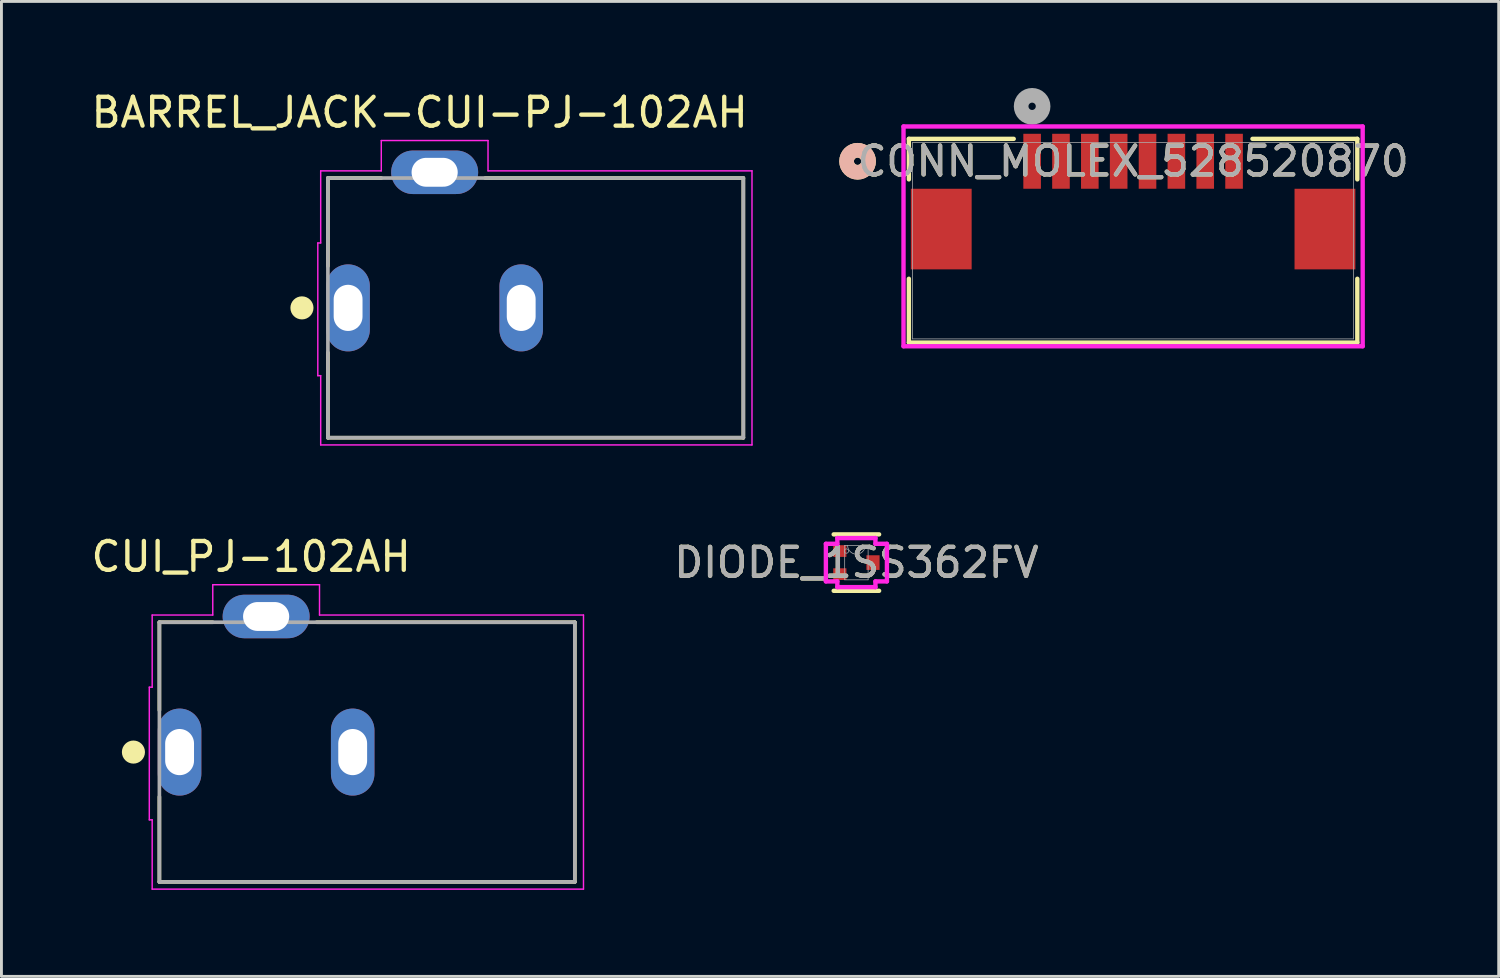
<source format=kicad_pcb>
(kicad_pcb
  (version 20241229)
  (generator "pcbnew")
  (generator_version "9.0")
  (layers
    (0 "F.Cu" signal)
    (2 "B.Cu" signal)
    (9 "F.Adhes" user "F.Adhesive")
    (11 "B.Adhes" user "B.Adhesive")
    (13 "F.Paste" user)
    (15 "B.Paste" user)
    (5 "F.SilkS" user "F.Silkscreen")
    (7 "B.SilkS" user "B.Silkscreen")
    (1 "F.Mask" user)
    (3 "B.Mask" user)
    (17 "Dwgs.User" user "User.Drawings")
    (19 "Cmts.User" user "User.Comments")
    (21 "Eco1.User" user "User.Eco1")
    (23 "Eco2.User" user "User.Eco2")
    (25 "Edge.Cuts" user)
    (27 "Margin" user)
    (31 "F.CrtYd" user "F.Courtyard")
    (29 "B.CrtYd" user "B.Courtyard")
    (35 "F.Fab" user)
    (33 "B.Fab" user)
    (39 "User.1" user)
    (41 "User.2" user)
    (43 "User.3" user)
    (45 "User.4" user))
  (footprint "DIODE_1SS362FV"
    (layer "F.Cu")
    (at 26.635 16.451)
    (property "Reference" "DIODE_1SS362FV" (at 0 0 0) (unlocked yes) (layer "F.SilkS") (effects (font (size 1 1) (thickness 0.15))))
    (attr smd)
    (fp_poly (pts (xy -0.804 -0.603) (xy -0.804 -0.197) (xy -0.346 -0.197) (xy -0.346 -0.603)) (stroke (width 0) (type solid)) (fill yes) (layer "F.Mask"))
    (fp_poly (pts (xy -0.804 -0.203) (xy -0.804 0.203) (xy -0.346 0.203) (xy -0.346 -0.203)) (stroke (width 0) (type solid)) (fill yes) (layer "F.Mask"))
    (fp_poly (pts (xy -0.804 0.197) (xy -0.804 0.603) (xy -0.346 0.603) (xy -0.346 0.197)) (stroke (width 0) (type solid)) (fill yes) (layer "F.Mask"))
    (fp_poly (pts (xy 0.346 -0.603) (xy 0.346 -0.197) (xy 0.804 -0.197) (xy 0.804 -0.603)) (stroke (width 0) (type solid)) (fill yes) (layer "F.Mask"))
    (fp_poly (pts (xy 0.346 -0.203) (xy 0.346 0.203) (xy 0.804 0.203) (xy 0.804 -0.203)) (stroke (width 0) (type solid)) (fill yes) (layer "F.Mask"))
    (fp_poly (pts (xy 0.346 0.197) (xy 0.346 0.603) (xy 0.804 0.603) (xy 0.804 0.197)) (stroke (width 0) (type solid)) (fill yes) (layer "F.Mask"))
    (fp_line (start -0.787 0.978) (end 0.787 0.978) (stroke (width 0.152) (type solid)) (layer "F.SilkS"))
    (fp_line (start 0.787 -0.978) (end -0.787 -0.978) (stroke (width 0.152) (type solid)) (layer "F.SilkS"))
    (fp_poly (pts (xy -0.804 -0.603) (xy -0.804 -0.197) (xy -0.346 -0.197) (xy -0.346 -0.603)) (stroke (width 0) (type solid)) (fill yes) (layer "F.Paste"))
    (fp_poly (pts (xy -0.804 -0.203) (xy -0.804 0.203) (xy -0.346 0.203) (xy -0.346 -0.203)) (stroke (width 0) (type solid)) (fill yes) (layer "F.Paste"))
    (fp_poly (pts (xy -0.804 0.197) (xy -0.804 0.603) (xy -0.346 0.603) (xy -0.346 0.197)) (stroke (width 0) (type solid)) (fill yes) (layer "F.Paste"))
    (fp_poly (pts (xy -0.229 -0.254) (xy -0.229 0.254) (xy 0.229 0.254) (xy 0.229 -0.254)) (stroke (width 0) (type solid)) (fill yes) (layer "F.Paste"))
    (fp_poly (pts (xy 0.346 -0.603) (xy 0.346 -0.197) (xy 0.804 -0.197) (xy 0.804 -0.603)) (stroke (width 0) (type solid)) (fill yes) (layer "F.Paste"))
    (fp_poly (pts (xy 0.346 -0.203) (xy 0.346 0.203) (xy 0.804 0.203) (xy 0.804 -0.203)) (stroke (width 0) (type solid)) (fill yes) (layer "F.Paste"))
    (fp_poly (pts (xy 0.346 0.197) (xy 0.346 0.603) (xy 0.804 0.603) (xy 0.804 0.197)) (stroke (width 0) (type solid)) (fill yes) (layer "F.Paste"))
    (fp_line (start -1.058 -0.651) (end -0.66 -0.651) (stroke (width 0.152) (type solid)) (layer "F.CrtYd"))
    (fp_line (start -1.058 0.651) (end -1.058 -0.651) (stroke (width 0.152) (type solid)) (layer "F.CrtYd"))
    (fp_line (start -1.058 0.651) (end -0.66 0.651) (stroke (width 0.152) (type solid)) (layer "F.CrtYd"))
    (fp_line (start -0.66 -0.851) (end 0.66 -0.851) (stroke (width 0.152) (type solid)) (layer "F.CrtYd"))
    (fp_line (start -0.66 -0.651) (end -0.66 -0.851) (stroke (width 0.152) (type solid)) (layer "F.CrtYd"))
    (fp_line (start -0.66 0.851) (end -0.66 0.651) (stroke (width 0.152) (type solid)) (layer "F.CrtYd"))
    (fp_line (start 0.66 -0.851) (end 0.66 -0.651) (stroke (width 0.152) (type solid)) (layer "F.CrtYd"))
    (fp_line (start 0.66 0.651) (end 0.66 0.851) (stroke (width 0.152) (type solid)) (layer "F.CrtYd"))
    (fp_line (start 0.66 0.851) (end -0.66 0.851) (stroke (width 0.152) (type solid)) (layer "F.CrtYd"))
    (fp_line (start 1.058 -0.651) (end 0.66 -0.651) (stroke (width 0.152) (type solid)) (layer "F.CrtYd"))
    (fp_line (start 1.058 -0.651) (end 1.058 0.651) (stroke (width 0.152) (type solid)) (layer "F.CrtYd"))
    (fp_line (start 1.058 0.651) (end 0.66 0.651) (stroke (width 0.152) (type solid)) (layer "F.CrtYd"))
    (fp_line (start -0.406 -0.597) (end -0.406 0.597) (stroke (width 0.025) (type solid)) (layer "F.Fab"))
    (fp_line (start -0.406 0.597) (end 0.406 0.597) (stroke (width 0.025) (type solid)) (layer "F.Fab"))
    (fp_line (start 0.406 -0.597) (end -0.406 -0.597) (stroke (width 0.025) (type solid)) (layer "F.Fab"))
    (fp_line (start 0.406 0.597) (end 0.406 -0.597) (stroke (width 0.025) (type solid)) (layer "F.Fab"))
    (fp_arc (start 0.3048 -0.5969) (mid 0 -0.2921) (end -0.3048 -0.5969) (stroke (width 0.0254) (type solid)) (layer "F.Fab"))
    (fp_circle (center -0.346 -0.4) (end -0.27 -0.4) (stroke (width 0.025) (type solid)) (fill no) (layer "F.Fab"))
    (fp_text user "${REFERENCE}" (at 0 0 0) (unlocked yes) (layer "F.Fab") (effects (font (size 1 1) (thickness 0.15))))
    (pad "1" smd rect (at -0.575 -0.4) (size 0.457 0.406) (layers "F.Cu" "F.Mask" "F.Paste"))
    (pad "2" smd rect (at -0.575 0.4) (size 0.457 0.406) (layers "F.Cu" "F.Mask" "F.Paste"))
    (pad "3" smd rect (at 0.575 0) (size 0.457 0.508) (layers "F.Cu" "F.Mask")))
  (footprint "BARREL_JACK-CUI-PJ-102AH"
    (layer "F.Cu")
    (at 15.516 7.622)
    (property "Reference" "BARREL_JACK-CUI-PJ-102AH" (at -4.02 -6.773 0) (layer "F.SilkS") (effects (font (size 1.001 1.001) (thickness 0.15))))
    (attr through_hole)
    (fp_line (start -7.2 -4.5) (end -5.35 -4.5) (stroke (width 0.127) (type solid)) (layer "F.SilkS"))
    (fp_line (start -7.2 -1.45) (end -7.2 -4.5) (stroke (width 0.127) (type solid)) (layer "F.SilkS"))
    (fp_line (start -7.2 4.5) (end -7.2 1.55) (stroke (width 0.127) (type solid)) (layer "F.SilkS"))
    (fp_line (start -1.75 -4.5) (end 7.2 -4.5) (stroke (width 0.127) (type solid)) (layer "F.SilkS"))
    (fp_line (start 7.2 -4.5) (end 7.2 4.5) (stroke (width 0.127) (type solid)) (layer "F.SilkS"))
    (fp_line (start 7.2 4.5) (end -7.2 4.5) (stroke (width 0.127) (type solid)) (layer "F.SilkS"))
    (fp_circle (center -8.1 0) (end -7.9 0) (stroke (width 0.4) (type solid)) (fill no) (layer "F.SilkS"))
    (fp_line (start -7.55 -2.25) (end -7.55 2.35) (stroke (width 0.05) (type solid)) (layer "F.CrtYd"))
    (fp_line (start -7.55 2.35) (end -7.45 2.35) (stroke (width 0.05) (type solid)) (layer "F.CrtYd"))
    (fp_line (start -7.45 -4.75) (end -5.35 -4.75) (stroke (width 0.05) (type solid)) (layer "F.CrtYd"))
    (fp_line (start -7.45 -2.25) (end -7.55 -2.25) (stroke (width 0.05) (type solid)) (layer "F.CrtYd"))
    (fp_line (start -7.45 -2.25) (end -7.45 -4.75) (stroke (width 0.05) (type solid)) (layer "F.CrtYd"))
    (fp_line (start -7.45 4.75) (end -7.45 2.35) (stroke (width 0.05) (type solid)) (layer "F.CrtYd"))
    (fp_line (start -5.35 -5.8) (end -1.65 -5.8) (stroke (width 0.05) (type solid)) (layer "F.CrtYd"))
    (fp_line (start -5.35 -4.75) (end -5.35 -5.8) (stroke (width 0.05) (type solid)) (layer "F.CrtYd"))
    (fp_line (start -1.65 -5.8) (end -1.65 -4.75) (stroke (width 0.05) (type solid)) (layer "F.CrtYd"))
    (fp_line (start -1.65 -4.75) (end 7.5 -4.75) (stroke (width 0.05) (type solid)) (layer "F.CrtYd"))
    (fp_line (start 7.5 -4.75) (end 7.5 4.75) (stroke (width 0.05) (type solid)) (layer "F.CrtYd"))
    (fp_line (start 7.5 4.75) (end -7.45 4.75) (stroke (width 0.05) (type solid)) (layer "F.CrtYd"))
    (fp_line (start -7.2 -4.5) (end 7.2 -4.5) (stroke (width 0.127) (type solid)) (layer "F.Fab"))
    (fp_line (start -7.2 4.5) (end -7.2 -4.5) (stroke (width 0.127) (type solid)) (layer "F.Fab"))
    (fp_line (start 7.2 -4.5) (end 7.2 4.5) (stroke (width 0.127) (type solid)) (layer "F.Fab"))
    (fp_line (start 7.2 4.5) (end -7.2 4.5) (stroke (width 0.127) (type solid)) (layer "F.Fab"))
    (pad "1" thru_hole oval (at -6.5 0) (size 1.508 3.016) (drill oval 1 1.6) (layers "*.Cu" "*.Mask"))
    (pad "2" thru_hole oval (at -0.5 0) (size 1.508 3.016) (drill oval 1 1.6) (layers "*.Cu" "*.Mask"))
    (pad "3" thru_hole oval (at -3.5 -4.7) (size 3.016 1.508) (drill oval 1.6 1) (layers "*.Cu" "*.Mask")))
  (footprint "CONN_MOLEX_528520870"
    (layer "F.Cu")
    (at 36.226 5.294)
    (property "Reference" "CONN_MOLEX_528520870" (at 0 -2.754 0) (unlocked yes) (layer "F.SilkS") (effects (font (size 1 1) (thickness 0.15))))
    (attr smd)
    (fp_line (start -7.772 -3.531) (end -7.772 -2.126) (stroke (width 0.152) (type solid)) (layer "F.SilkS"))
    (fp_line (start -7.772 1.319) (end -7.772 3.531) (stroke (width 0.152) (type solid)) (layer "F.SilkS"))
    (fp_line (start -7.772 3.531) (end 7.772 3.531) (stroke (width 0.152) (type solid)) (layer "F.SilkS"))
    (fp_line (start -4.138 -3.531) (end -7.772 -3.531) (stroke (width 0.152) (type solid)) (layer "F.SilkS"))
    (fp_line (start 7.772 -3.531) (end 4.138 -3.531) (stroke (width 0.152) (type solid)) (layer "F.SilkS"))
    (fp_line (start 7.772 -2.126) (end 7.772 -3.531) (stroke (width 0.152) (type solid)) (layer "F.SilkS"))
    (fp_line (start 7.772 3.531) (end 7.772 1.319) (stroke (width 0.152) (type solid)) (layer "F.SilkS"))
    (fp_circle (center -9.55 -2.754) (end -9.169 -2.754) (stroke (width 0.508) (type solid)) (fill no) (layer "F.SilkS"))
    (fp_circle (center -9.55 -2.754) (end -9.169 -2.754) (stroke (width 0.508) (type solid)) (fill no) (layer "B.SilkS"))
    (fp_line (start -7.958 -3.96) (end -7.958 3.658) (stroke (width 0.152) (type solid)) (layer "F.CrtYd"))
    (fp_line (start -7.958 3.658) (end 7.958 3.658) (stroke (width 0.152) (type solid)) (layer "F.CrtYd"))
    (fp_line (start 7.958 -3.96) (end -7.958 -3.96) (stroke (width 0.152) (type solid)) (layer "F.CrtYd"))
    (fp_line (start 7.958 3.658) (end 7.958 -3.96) (stroke (width 0.152) (type solid)) (layer "F.CrtYd"))
    (fp_line (start -7.645 -3.404) (end -7.645 3.404) (stroke (width 0.025) (type solid)) (layer "F.Fab"))
    (fp_line (start -7.645 3.404) (end 7.645 3.404) (stroke (width 0.025) (type solid)) (layer "F.Fab"))
    (fp_line (start 7.645 -3.404) (end -7.645 -3.404) (stroke (width 0.025) (type solid)) (layer "F.Fab"))
    (fp_line (start 7.645 3.404) (end 7.645 -3.404) (stroke (width 0.025) (type solid)) (layer "F.Fab"))
    (fp_circle (center -3.5 -4.659) (end -3.119 -4.659) (stroke (width 0.508) (type solid)) (fill no) (layer "F.Fab"))
    (fp_text user "${REFERENCE}" (at 0 -2.754 0) (unlocked yes) (layer "F.Fab") (effects (font (size 1 1) (thickness 0.15))))
    (pad "1" smd rect (at -3.5 -2.754) (size 0.61 1.905) (layers "F.Cu" "F.Mask" "F.Paste"))
    (pad "2" smd rect (at -2.5 -2.754) (size 0.61 1.905) (layers "F.Cu" "F.Mask" "F.Paste"))
    (pad "3" smd rect (at -1.5 -2.754) (size 0.61 1.905) (layers "F.Cu" "F.Mask" "F.Paste"))
    (pad "4" smd rect (at -0.5 -2.754) (size 0.61 1.905) (layers "F.Cu" "F.Mask" "F.Paste"))
    (pad "5" smd rect (at 0.5 -2.754) (size 0.61 1.905) (layers "F.Cu" "F.Mask" "F.Paste"))
    (pad "6" smd rect (at 1.5 -2.754) (size 0.61 1.905) (layers "F.Cu" "F.Mask" "F.Paste"))
    (pad "7" smd rect (at 2.5 -2.754) (size 0.61 1.905) (layers "F.Cu" "F.Mask" "F.Paste"))
    (pad "8" smd rect (at 3.5 -2.754) (size 0.61 1.905) (layers "F.Cu" "F.Mask" "F.Paste"))
    (pad "9" smd rect (at -6.65 -0.404) (size 2.108 2.794) (layers "F.Cu" "F.Mask" "F.Paste"))
    (pad "10" smd rect (at 6.65 -0.404) (size 2.108 2.794) (layers "F.Cu" "F.Mask" "F.Paste")))
  (footprint "CUI_PJ-102AH"
    (layer "F.Cu")
    (at 9.675 23.019)
    (property "Reference" "CUI_PJ-102AH" (at -4.02 -6.773 0) (layer "F.SilkS") (effects (font (size 1.001 1.001) (thickness 0.15))))
    (attr through_hole)
    (fp_line (start -7.2 -4.5) (end -5.35 -4.5) (stroke (width 0.127) (type solid)) (layer "F.SilkS"))
    (fp_line (start -7.2 -1.45) (end -7.2 -4.5) (stroke (width 0.127) (type solid)) (layer "F.SilkS"))
    (fp_line (start -7.2 4.5) (end -7.2 1.55) (stroke (width 0.127) (type solid)) (layer "F.SilkS"))
    (fp_line (start -1.75 -4.5) (end 7.2 -4.5) (stroke (width 0.127) (type solid)) (layer "F.SilkS"))
    (fp_line (start 7.2 -4.5) (end 7.2 4.5) (stroke (width 0.127) (type solid)) (layer "F.SilkS"))
    (fp_line (start 7.2 4.5) (end -7.2 4.5) (stroke (width 0.127) (type solid)) (layer "F.SilkS"))
    (fp_circle (center -8.1 0) (end -7.9 0) (stroke (width 0.4) (type solid)) (fill no) (layer "F.SilkS"))
    (fp_line (start -7.55 -2.25) (end -7.55 2.35) (stroke (width 0.05) (type solid)) (layer "F.CrtYd"))
    (fp_line (start -7.55 2.35) (end -7.45 2.35) (stroke (width 0.05) (type solid)) (layer "F.CrtYd"))
    (fp_line (start -7.45 -4.75) (end -5.35 -4.75) (stroke (width 0.05) (type solid)) (layer "F.CrtYd"))
    (fp_line (start -7.45 -2.25) (end -7.55 -2.25) (stroke (width 0.05) (type solid)) (layer "F.CrtYd"))
    (fp_line (start -7.45 -2.25) (end -7.45 -4.75) (stroke (width 0.05) (type solid)) (layer "F.CrtYd"))
    (fp_line (start -7.45 4.75) (end -7.45 2.35) (stroke (width 0.05) (type solid)) (layer "F.CrtYd"))
    (fp_line (start -5.35 -5.8) (end -1.65 -5.8) (stroke (width 0.05) (type solid)) (layer "F.CrtYd"))
    (fp_line (start -5.35 -4.75) (end -5.35 -5.8) (stroke (width 0.05) (type solid)) (layer "F.CrtYd"))
    (fp_line (start -1.65 -5.8) (end -1.65 -4.75) (stroke (width 0.05) (type solid)) (layer "F.CrtYd"))
    (fp_line (start -1.65 -4.75) (end 7.5 -4.75) (stroke (width 0.05) (type solid)) (layer "F.CrtYd"))
    (fp_line (start 7.5 -4.75) (end 7.5 4.75) (stroke (width 0.05) (type solid)) (layer "F.CrtYd"))
    (fp_line (start 7.5 4.75) (end -7.45 4.75) (stroke (width 0.05) (type solid)) (layer "F.CrtYd"))
    (fp_line (start -7.2 -4.5) (end 7.2 -4.5) (stroke (width 0.127) (type solid)) (layer "F.Fab"))
    (fp_line (start -7.2 4.5) (end -7.2 -4.5) (stroke (width 0.127) (type solid)) (layer "F.Fab"))
    (fp_line (start 7.2 -4.5) (end 7.2 4.5) (stroke (width 0.127) (type solid)) (layer "F.Fab"))
    (fp_line (start 7.2 4.5) (end -7.2 4.5) (stroke (width 0.127) (type solid)) (layer "F.Fab"))
    (pad "1" thru_hole oval (at -6.5 0) (size 1.508 3.016) (drill oval 1 1.6) (layers "*.Cu" "*.Mask"))
    (pad "2" thru_hole oval (at -0.5 0) (size 1.508 3.016) (drill oval 1 1.6) (layers "*.Cu" "*.Mask"))
    (pad "3" thru_hole oval (at -3.5 -4.7) (size 3.016 1.508) (drill oval 1.6 1) (layers "*.Cu" "*.Mask")))
  (gr_rect
    (start -3 -3)
    (end 48.899 30.794)
    (stroke (width 0.1) (type default))
    (fill no)
    (layer "Edge.Cuts")))
</source>
